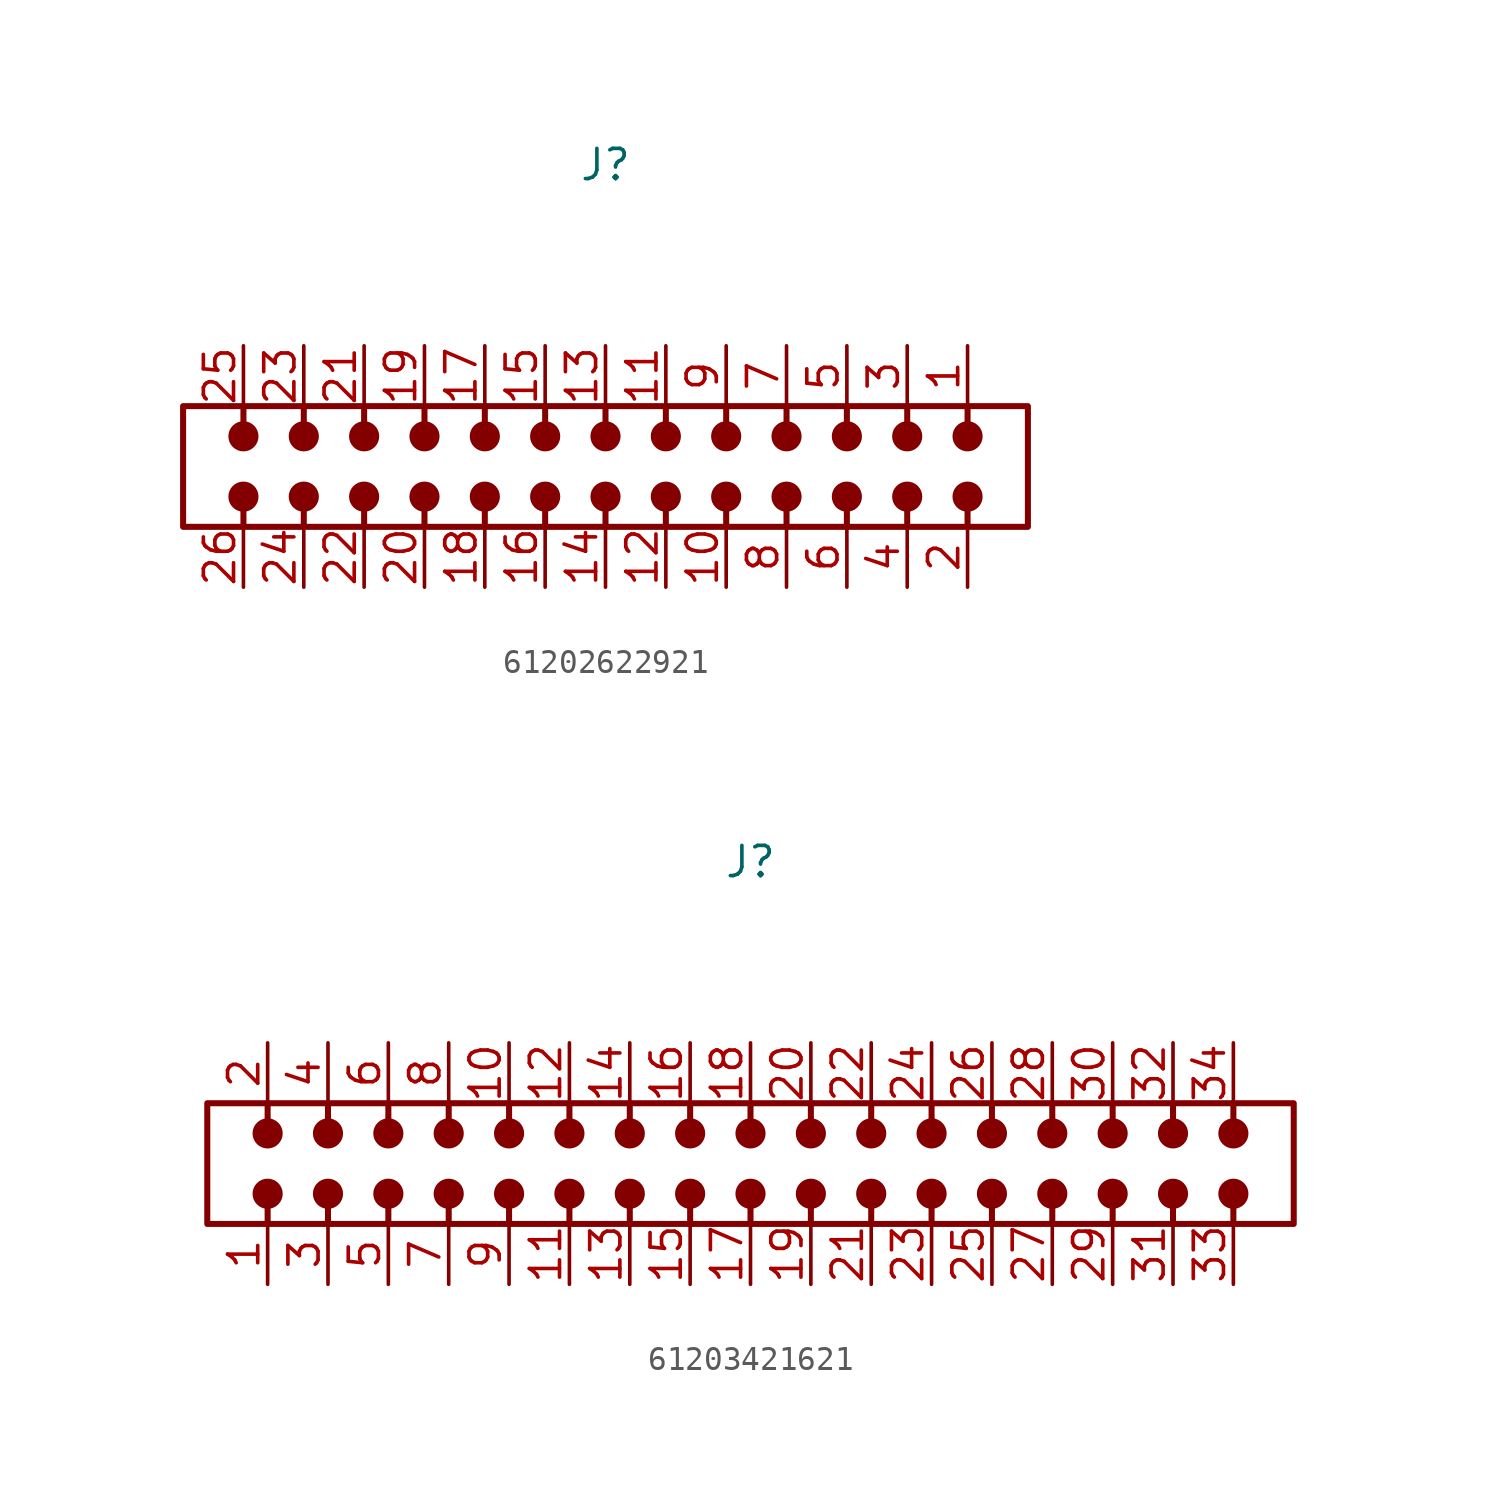
<source format=kicad_sym>
(kicad_symbol_lib
  (version 20241209)
  (generator "kicad_symbol_editor")
  (generator_version "9.0")
  (symbol "61202622921"
    (pin_names
      (hide yes))
    (property "Reference" "J"
      (at 0 12.7 0)
      (effects (font (size 1.27 1.27))))
    (symbol "61202622921_1_1"
      (rectangle (start -17.78 2.54) (end 17.78 -2.54) (stroke (width 0.254) (type solid)) (fill (type none)))
      (polyline (pts (xy -15.24 1.778) (xy -15.24 2.54)) (stroke (width 0.254) (type solid)) (fill (type none)))
      (circle (center -15.24 1.27) (radius 0.508) (stroke (width 0.254) (type solid)) (fill (type outline)))
      (circle (center -15.24 -1.27) (radius 0.508) (stroke (width 0.254) (type solid)) (fill (type outline)))
      (polyline (pts (xy -15.24 -1.778) (xy -15.24 -2.54)) (stroke (width 0.254) (type solid)) (fill (type none)))
      (polyline (pts (xy -12.7 1.778) (xy -12.7 2.54)) (stroke (width 0.254) (type solid)) (fill (type none)))
      (circle (center -12.7 1.27) (radius 0.508) (stroke (width 0.254) (type solid)) (fill (type outline)))
      (circle (center -12.7 -1.27) (radius 0.508) (stroke (width 0.254) (type solid)) (fill (type outline)))
      (polyline (pts (xy -12.7 -1.778) (xy -12.7 -2.54)) (stroke (width 0.254) (type solid)) (fill (type none)))
      (polyline (pts (xy -10.16 1.778) (xy -10.16 2.54)) (stroke (width 0.254) (type solid)) (fill (type none)))
      (circle (center -10.16 1.27) (radius 0.508) (stroke (width 0.254) (type solid)) (fill (type outline)))
      (circle (center -10.16 -1.27) (radius 0.508) (stroke (width 0.254) (type solid)) (fill (type outline)))
      (polyline (pts (xy -10.16 -1.778) (xy -10.16 -2.54)) (stroke (width 0.254) (type solid)) (fill (type none)))
      (polyline (pts (xy -7.62 1.778) (xy -7.62 2.54)) (stroke (width 0.254) (type solid)) (fill (type none)))
      (circle (center -7.62 1.27) (radius 0.508) (stroke (width 0.254) (type solid)) (fill (type outline)))
      (circle (center -7.62 -1.27) (radius 0.508) (stroke (width 0.254) (type solid)) (fill (type outline)))
      (polyline (pts (xy -7.62 -1.778) (xy -7.62 -2.54)) (stroke (width 0.254) (type solid)) (fill (type none)))
      (polyline (pts (xy -5.08 1.778) (xy -5.08 2.54)) (stroke (width 0.254) (type solid)) (fill (type none)))
      (circle (center -5.08 1.27) (radius 0.508) (stroke (width 0.254) (type solid)) (fill (type outline)))
      (circle (center -5.08 -1.27) (radius 0.508) (stroke (width 0.254) (type solid)) (fill (type outline)))
      (polyline (pts (xy -5.08 -1.778) (xy -5.08 -2.54)) (stroke (width 0.254) (type solid)) (fill (type none)))
      (polyline (pts (xy -2.54 1.778) (xy -2.54 2.54)) (stroke (width 0.254) (type solid)) (fill (type none)))
      (circle (center -2.54 1.27) (radius 0.508) (stroke (width 0.254) (type solid)) (fill (type outline)))
      (circle (center -2.54 -1.27) (radius 0.508) (stroke (width 0.254) (type solid)) (fill (type outline)))
      (polyline (pts (xy -2.54 -1.778) (xy -2.54 -2.54)) (stroke (width 0.254) (type solid)) (fill (type none)))
      (polyline (pts (xy 0 1.778) (xy 0 2.54)) (stroke (width 0.254) (type solid)) (fill (type none)))
      (circle (center 0 1.27) (radius 0.508) (stroke (width 0.254) (type solid)) (fill (type outline)))
      (circle (center 0 -1.27) (radius 0.508) (stroke (width 0.254) (type solid)) (fill (type outline)))
      (polyline (pts (xy 0 -1.778) (xy 0 -2.54)) (stroke (width 0.254) (type solid)) (fill (type none)))
      (polyline (pts (xy 2.54 1.778) (xy 2.54 2.54)) (stroke (width 0.254) (type solid)) (fill (type none)))
      (circle (center 2.54 1.27) (radius 0.508) (stroke (width 0.254) (type solid)) (fill (type outline)))
      (circle (center 2.54 -1.27) (radius 0.508) (stroke (width 0.254) (type solid)) (fill (type outline)))
      (polyline (pts (xy 2.54 -1.778) (xy 2.54 -2.54)) (stroke (width 0.254) (type solid)) (fill (type none)))
      (polyline (pts (xy 5.08 1.778) (xy 5.08 2.54)) (stroke (width 0.254) (type solid)) (fill (type none)))
      (circle (center 5.08 1.27) (radius 0.508) (stroke (width 0.254) (type solid)) (fill (type outline)))
      (circle (center 5.08 -1.27) (radius 0.508) (stroke (width 0.254) (type solid)) (fill (type outline)))
      (polyline (pts (xy 5.08 -1.778) (xy 5.08 -2.54)) (stroke (width 0.254) (type solid)) (fill (type none)))
      (polyline (pts (xy 7.62 1.778) (xy 7.62 2.54)) (stroke (width 0.254) (type solid)) (fill (type none)))
      (circle (center 7.62 1.27) (radius 0.508) (stroke (width 0.254) (type solid)) (fill (type outline)))
      (circle (center 7.62 -1.27) (radius 0.508) (stroke (width 0.254) (type solid)) (fill (type outline)))
      (polyline (pts (xy 7.62 -1.778) (xy 7.62 -2.54)) (stroke (width 0.254) (type solid)) (fill (type none)))
      (polyline (pts (xy 10.16 1.778) (xy 10.16 2.54)) (stroke (width 0.254) (type solid)) (fill (type none)))
      (circle (center 10.16 1.27) (radius 0.508) (stroke (width 0.254) (type solid)) (fill (type outline)))
      (circle (center 10.16 -1.27) (radius 0.508) (stroke (width 0.254) (type solid)) (fill (type outline)))
      (polyline (pts (xy 10.16 -1.778) (xy 10.16 -2.54)) (stroke (width 0.254) (type solid)) (fill (type none)))
      (polyline (pts (xy 12.7 1.778) (xy 12.7 2.54)) (stroke (width 0.254) (type solid)) (fill (type none)))
      (circle (center 12.7 1.27) (radius 0.508) (stroke (width 0.254) (type solid)) (fill (type outline)))
      (circle (center 12.7 -1.27) (radius 0.508) (stroke (width 0.254) (type solid)) (fill (type outline)))
      (polyline (pts (xy 12.7 -1.778) (xy 12.7 -2.54)) (stroke (width 0.254) (type solid)) (fill (type none)))
      (polyline (pts (xy 15.24 1.778) (xy 15.24 2.54)) (stroke (width 0.254) (type solid)) (fill (type none)))
      (circle (center 15.24 1.27) (radius 0.508) (stroke (width 0.254) (type solid)) (fill (type outline)))
      (circle (center 15.24 -1.27) (radius 0.508) (stroke (width 0.254) (type solid)) (fill (type outline)))
      (polyline (pts (xy 15.24 -1.778) (xy 15.24 -2.54)) (stroke (width 0.254) (type solid)) (fill (type none)))
      (pin passive line (at -15.24 5.08 270) (length 2.54) (name "25" (effects (font (size 1.27 1.27)))) (number "25" (effects (font (size 1.27 1.27)))))
      (pin passive line (at -15.24 -5.08 90) (length 2.54) (name "26" (effects (font (size 1.27 1.27)))) (number "26" (effects (font (size 1.27 1.27)))))
      (pin passive line (at -12.7 5.08 270) (length 2.54) (name "23" (effects (font (size 1.27 1.27)))) (number "23" (effects (font (size 1.27 1.27)))))
      (pin passive line (at -12.7 -5.08 90) (length 2.54) (name "24" (effects (font (size 1.27 1.27)))) (number "24" (effects (font (size 1.27 1.27)))))
      (pin passive line (at -10.16 5.08 270) (length 2.54) (name "21" (effects (font (size 1.27 1.27)))) (number "21" (effects (font (size 1.27 1.27)))))
      (pin passive line (at -10.16 -5.08 90) (length 2.54) (name "22" (effects (font (size 1.27 1.27)))) (number "22" (effects (font (size 1.27 1.27)))))
      (pin passive line (at -7.62 5.08 270) (length 2.54) (name "19" (effects (font (size 1.27 1.27)))) (number "19" (effects (font (size 1.27 1.27)))))
      (pin passive line (at -7.62 -5.08 90) (length 2.54) (name "20" (effects (font (size 1.27 1.27)))) (number "20" (effects (font (size 1.27 1.27)))))
      (pin passive line (at -5.08 5.08 270) (length 2.54) (name "17" (effects (font (size 1.27 1.27)))) (number "17" (effects (font (size 1.27 1.27)))))
      (pin passive line (at -5.08 -5.08 90) (length 2.54) (name "18" (effects (font (size 1.27 1.27)))) (number "18" (effects (font (size 1.27 1.27)))))
      (pin passive line (at -2.54 5.08 270) (length 2.54) (name "15" (effects (font (size 1.27 1.27)))) (number "15" (effects (font (size 1.27 1.27)))))
      (pin passive line (at -2.54 -5.08 90) (length 2.54) (name "16" (effects (font (size 1.27 1.27)))) (number "16" (effects (font (size 1.27 1.27)))))
      (pin passive line (at 0 5.08 270) (length 2.54) (name "13" (effects (font (size 1.27 1.27)))) (number "13" (effects (font (size 1.27 1.27)))))
      (pin passive line (at 0 -5.08 90) (length 2.54) (name "14" (effects (font (size 1.27 1.27)))) (number "14" (effects (font (size 1.27 1.27)))))
      (pin passive line (at 2.54 5.08 270) (length 2.54) (name "11" (effects (font (size 1.27 1.27)))) (number "11" (effects (font (size 1.27 1.27)))))
      (pin passive line (at 2.54 -5.08 90) (length 2.54) (name "12" (effects (font (size 1.27 1.27)))) (number "12" (effects (font (size 1.27 1.27)))))
      (pin passive line (at 5.08 5.08 270) (length 2.54) (name "9" (effects (font (size 1.27 1.27)))) (number "9" (effects (font (size 1.27 1.27)))))
      (pin passive line (at 5.08 -5.08 90) (length 2.54) (name "10" (effects (font (size 1.27 1.27)))) (number "10" (effects (font (size 1.27 1.27)))))
      (pin passive line (at 7.62 5.08 270) (length 2.54) (name "7" (effects (font (size 1.27 1.27)))) (number "7" (effects (font (size 1.27 1.27)))))
      (pin passive line (at 7.62 -5.08 90) (length 2.54) (name "8" (effects (font (size 1.27 1.27)))) (number "8" (effects (font (size 1.27 1.27)))))
      (pin passive line (at 10.16 5.08 270) (length 2.54) (name "5" (effects (font (size 1.27 1.27)))) (number "5" (effects (font (size 1.27 1.27)))))
      (pin passive line (at 10.16 -5.08 90) (length 2.54) (name "6" (effects (font (size 1.27 1.27)))) (number "6" (effects (font (size 1.27 1.27)))))
      (pin passive line (at 12.7 5.08 270) (length 2.54) (name "3" (effects (font (size 1.27 1.27)))) (number "3" (effects (font (size 1.27 1.27)))))
      (pin passive line (at 12.7 -5.08 90) (length 2.54) (name "4" (effects (font (size 1.27 1.27)))) (number "4" (effects (font (size 1.27 1.27)))))
      (pin passive line (at 15.24 5.08 270) (length 2.54) (name "1" (effects (font (size 1.27 1.27)))) (number "1" (effects (font (size 1.27 1.27)))))
      (pin passive line (at 15.24 -5.08 90) (length 2.54) (name "2" (effects (font (size 1.27 1.27)))) (number "2" (effects (font (size 1.27 1.27)))))))
  (symbol "61203421621"
    (pin_names
      (hide yes))
    (property "Reference" "J"
      (at 0 12.7 0)
      (effects (font (size 1.27 1.27))))
    (symbol "61203421621_1_1"
      (rectangle (start -22.86 2.54) (end 22.86 -2.54) (stroke (width 0.254) (type solid)) (fill (type none)))
      (polyline (pts (xy -20.32 1.778) (xy -20.32 2.54)) (stroke (width 0.254) (type solid)) (fill (type none)))
      (circle (center -20.32 1.27) (radius 0.508) (stroke (width 0.254) (type solid)) (fill (type outline)))
      (circle (center -20.32 -1.27) (radius 0.508) (stroke (width 0.254) (type solid)) (fill (type outline)))
      (polyline (pts (xy -20.32 -1.778) (xy -20.32 -2.54)) (stroke (width 0.254) (type solid)) (fill (type none)))
      (polyline (pts (xy -17.78 1.778) (xy -17.78 2.54)) (stroke (width 0.254) (type solid)) (fill (type none)))
      (circle (center -17.78 1.27) (radius 0.508) (stroke (width 0.254) (type solid)) (fill (type outline)))
      (circle (center -17.78 -1.27) (radius 0.508) (stroke (width 0.254) (type solid)) (fill (type outline)))
      (polyline (pts (xy -17.78 -1.778) (xy -17.78 -2.54)) (stroke (width 0.254) (type solid)) (fill (type none)))
      (polyline (pts (xy -15.24 1.778) (xy -15.24 2.54)) (stroke (width 0.254) (type solid)) (fill (type none)))
      (circle (center -15.24 1.27) (radius 0.508) (stroke (width 0.254) (type solid)) (fill (type outline)))
      (circle (center -15.24 -1.27) (radius 0.508) (stroke (width 0.254) (type solid)) (fill (type outline)))
      (polyline (pts (xy -15.24 -1.778) (xy -15.24 -2.54)) (stroke (width 0.254) (type solid)) (fill (type none)))
      (polyline (pts (xy -12.7 1.778) (xy -12.7 2.54)) (stroke (width 0.254) (type solid)) (fill (type none)))
      (circle (center -12.7 1.27) (radius 0.508) (stroke (width 0.254) (type solid)) (fill (type outline)))
      (circle (center -12.7 -1.27) (radius 0.508) (stroke (width 0.254) (type solid)) (fill (type outline)))
      (polyline (pts (xy -12.7 -1.778) (xy -12.7 -2.54)) (stroke (width 0.254) (type solid)) (fill (type none)))
      (polyline (pts (xy -10.16 1.778) (xy -10.16 2.54)) (stroke (width 0.254) (type solid)) (fill (type none)))
      (circle (center -10.16 1.27) (radius 0.508) (stroke (width 0.254) (type solid)) (fill (type outline)))
      (circle (center -10.16 -1.27) (radius 0.508) (stroke (width 0.254) (type solid)) (fill (type outline)))
      (polyline (pts (xy -10.16 -1.778) (xy -10.16 -2.54)) (stroke (width 0.254) (type solid)) (fill (type none)))
      (polyline (pts (xy -7.62 1.778) (xy -7.62 2.54)) (stroke (width 0.254) (type solid)) (fill (type none)))
      (circle (center -7.62 1.27) (radius 0.508) (stroke (width 0.254) (type solid)) (fill (type outline)))
      (circle (center -7.62 -1.27) (radius 0.508) (stroke (width 0.254) (type solid)) (fill (type outline)))
      (polyline (pts (xy -7.62 -1.778) (xy -7.62 -2.54)) (stroke (width 0.254) (type solid)) (fill (type none)))
      (polyline (pts (xy -5.08 1.778) (xy -5.08 2.54)) (stroke (width 0.254) (type solid)) (fill (type none)))
      (circle (center -5.08 1.27) (radius 0.508) (stroke (width 0.254) (type solid)) (fill (type outline)))
      (circle (center -5.08 -1.27) (radius 0.508) (stroke (width 0.254) (type solid)) (fill (type outline)))
      (polyline (pts (xy -5.08 -1.778) (xy -5.08 -2.54)) (stroke (width 0.254) (type solid)) (fill (type none)))
      (polyline (pts (xy -2.54 1.778) (xy -2.54 2.54)) (stroke (width 0.254) (type solid)) (fill (type none)))
      (circle (center -2.54 1.27) (radius 0.508) (stroke (width 0.254) (type solid)) (fill (type outline)))
      (circle (center -2.54 -1.27) (radius 0.508) (stroke (width 0.254) (type solid)) (fill (type outline)))
      (polyline (pts (xy -2.54 -1.778) (xy -2.54 -2.54)) (stroke (width 0.254) (type solid)) (fill (type none)))
      (polyline (pts (xy 0 1.778) (xy 0 2.54)) (stroke (width 0.254) (type solid)) (fill (type none)))
      (circle (center 0 1.27) (radius 0.508) (stroke (width 0.254) (type solid)) (fill (type outline)))
      (circle (center 0 -1.27) (radius 0.508) (stroke (width 0.254) (type solid)) (fill (type outline)))
      (polyline (pts (xy 0 -1.778) (xy 0 -2.54)) (stroke (width 0.254) (type solid)) (fill (type none)))
      (polyline (pts (xy 2.54 1.778) (xy 2.54 2.54)) (stroke (width 0.254) (type solid)) (fill (type none)))
      (circle (center 2.54 1.27) (radius 0.508) (stroke (width 0.254) (type solid)) (fill (type outline)))
      (circle (center 2.54 -1.27) (radius 0.508) (stroke (width 0.254) (type solid)) (fill (type outline)))
      (polyline (pts (xy 2.54 -1.778) (xy 2.54 -2.54)) (stroke (width 0.254) (type solid)) (fill (type none)))
      (polyline (pts (xy 5.08 1.778) (xy 5.08 2.54)) (stroke (width 0.254) (type solid)) (fill (type none)))
      (circle (center 5.08 1.27) (radius 0.508) (stroke (width 0.254) (type solid)) (fill (type outline)))
      (circle (center 5.08 -1.27) (radius 0.508) (stroke (width 0.254) (type solid)) (fill (type outline)))
      (polyline (pts (xy 5.08 -1.778) (xy 5.08 -2.54)) (stroke (width 0.254) (type solid)) (fill (type none)))
      (polyline (pts (xy 7.62 1.778) (xy 7.62 2.54)) (stroke (width 0.254) (type solid)) (fill (type none)))
      (circle (center 7.62 1.27) (radius 0.508) (stroke (width 0.254) (type solid)) (fill (type outline)))
      (circle (center 7.62 -1.27) (radius 0.508) (stroke (width 0.254) (type solid)) (fill (type outline)))
      (polyline (pts (xy 7.62 -1.778) (xy 7.62 -2.54)) (stroke (width 0.254) (type solid)) (fill (type none)))
      (polyline (pts (xy 10.16 1.778) (xy 10.16 2.54)) (stroke (width 0.254) (type solid)) (fill (type none)))
      (circle (center 10.16 1.27) (radius 0.508) (stroke (width 0.254) (type solid)) (fill (type outline)))
      (circle (center 10.16 -1.27) (radius 0.508) (stroke (width 0.254) (type solid)) (fill (type outline)))
      (polyline (pts (xy 10.16 -1.778) (xy 10.16 -2.54)) (stroke (width 0.254) (type solid)) (fill (type none)))
      (polyline (pts (xy 12.7 1.778) (xy 12.7 2.54)) (stroke (width 0.254) (type solid)) (fill (type none)))
      (circle (center 12.7 1.27) (radius 0.508) (stroke (width 0.254) (type solid)) (fill (type outline)))
      (circle (center 12.7 -1.27) (radius 0.508) (stroke (width 0.254) (type solid)) (fill (type outline)))
      (polyline (pts (xy 12.7 -1.778) (xy 12.7 -2.54)) (stroke (width 0.254) (type solid)) (fill (type none)))
      (polyline (pts (xy 15.24 1.778) (xy 15.24 2.54)) (stroke (width 0.254) (type solid)) (fill (type none)))
      (circle (center 15.24 1.27) (radius 0.508) (stroke (width 0.254) (type solid)) (fill (type outline)))
      (circle (center 15.24 -1.27) (radius 0.508) (stroke (width 0.254) (type solid)) (fill (type outline)))
      (polyline (pts (xy 15.24 -1.778) (xy 15.24 -2.54)) (stroke (width 0.254) (type solid)) (fill (type none)))
      (polyline (pts (xy 17.78 1.778) (xy 17.78 2.54)) (stroke (width 0.254) (type solid)) (fill (type none)))
      (circle (center 17.78 1.27) (radius 0.508) (stroke (width 0.254) (type solid)) (fill (type outline)))
      (circle (center 17.78 -1.27) (radius 0.508) (stroke (width 0.254) (type solid)) (fill (type outline)))
      (polyline (pts (xy 17.78 -1.778) (xy 17.78 -2.54)) (stroke (width 0.254) (type solid)) (fill (type none)))
      (polyline (pts (xy 20.32 1.778) (xy 20.32 2.54)) (stroke (width 0.254) (type solid)) (fill (type none)))
      (circle (center 20.32 1.27) (radius 0.508) (stroke (width 0.254) (type solid)) (fill (type outline)))
      (circle (center 20.32 -1.27) (radius 0.508) (stroke (width 0.254) (type solid)) (fill (type outline)))
      (polyline (pts (xy 20.32 -1.778) (xy 20.32 -2.54)) (stroke (width 0.254) (type solid)) (fill (type none)))
      (pin passive line (at -20.32 5.08 270) (length 2.54) (name "2" (effects (font (size 1.27 1.27)))) (number "2" (effects (font (size 1.27 1.27)))))
      (pin passive line (at -20.32 -5.08 90) (length 2.54) (name "1" (effects (font (size 1.27 1.27)))) (number "1" (effects (font (size 1.27 1.27)))))
      (pin passive line (at -17.78 5.08 270) (length 2.54) (name "4" (effects (font (size 1.27 1.27)))) (number "4" (effects (font (size 1.27 1.27)))))
      (pin passive line (at -17.78 -5.08 90) (length 2.54) (name "3" (effects (font (size 1.27 1.27)))) (number "3" (effects (font (size 1.27 1.27)))))
      (pin passive line (at -15.24 5.08 270) (length 2.54) (name "6" (effects (font (size 1.27 1.27)))) (number "6" (effects (font (size 1.27 1.27)))))
      (pin passive line (at -15.24 -5.08 90) (length 2.54) (name "5" (effects (font (size 1.27 1.27)))) (number "5" (effects (font (size 1.27 1.27)))))
      (pin passive line (at -12.7 5.08 270) (length 2.54) (name "8" (effects (font (size 1.27 1.27)))) (number "8" (effects (font (size 1.27 1.27)))))
      (pin passive line (at -12.7 -5.08 90) (length 2.54) (name "7" (effects (font (size 1.27 1.27)))) (number "7" (effects (font (size 1.27 1.27)))))
      (pin passive line (at -10.16 5.08 270) (length 2.54) (name "10" (effects (font (size 1.27 1.27)))) (number "10" (effects (font (size 1.27 1.27)))))
      (pin passive line (at -10.16 -5.08 90) (length 2.54) (name "9" (effects (font (size 1.27 1.27)))) (number "9" (effects (font (size 1.27 1.27)))))
      (pin passive line (at -7.62 5.08 270) (length 2.54) (name "12" (effects (font (size 1.27 1.27)))) (number "12" (effects (font (size 1.27 1.27)))))
      (pin passive line (at -7.62 -5.08 90) (length 2.54) (name "11" (effects (font (size 1.27 1.27)))) (number "11" (effects (font (size 1.27 1.27)))))
      (pin passive line (at -5.08 5.08 270) (length 2.54) (name "14" (effects (font (size 1.27 1.27)))) (number "14" (effects (font (size 1.27 1.27)))))
      (pin passive line (at -5.08 -5.08 90) (length 2.54) (name "13" (effects (font (size 1.27 1.27)))) (number "13" (effects (font (size 1.27 1.27)))))
      (pin passive line (at -2.54 5.08 270) (length 2.54) (name "16" (effects (font (size 1.27 1.27)))) (number "16" (effects (font (size 1.27 1.27)))))
      (pin passive line (at -2.54 -5.08 90) (length 2.54) (name "15" (effects (font (size 1.27 1.27)))) (number "15" (effects (font (size 1.27 1.27)))))
      (pin passive line (at 0 5.08 270) (length 2.54) (name "18" (effects (font (size 1.27 1.27)))) (number "18" (effects (font (size 1.27 1.27)))))
      (pin passive line (at 0 -5.08 90) (length 2.54) (name "17" (effects (font (size 1.27 1.27)))) (number "17" (effects (font (size 1.27 1.27)))))
      (pin passive line (at 2.54 5.08 270) (length 2.54) (name "20" (effects (font (size 1.27 1.27)))) (number "20" (effects (font (size 1.27 1.27)))))
      (pin passive line (at 2.54 -5.08 90) (length 2.54) (name "19" (effects (font (size 1.27 1.27)))) (number "19" (effects (font (size 1.27 1.27)))))
      (pin passive line (at 5.08 5.08 270) (length 2.54) (name "22" (effects (font (size 1.27 1.27)))) (number "22" (effects (font (size 1.27 1.27)))))
      (pin passive line (at 5.08 -5.08 90) (length 2.54) (name "21" (effects (font (size 1.27 1.27)))) (number "21" (effects (font (size 1.27 1.27)))))
      (pin passive line (at 7.62 5.08 270) (length 2.54) (name "24" (effects (font (size 1.27 1.27)))) (number "24" (effects (font (size 1.27 1.27)))))
      (pin passive line (at 7.62 -5.08 90) (length 2.54) (name "23" (effects (font (size 1.27 1.27)))) (number "23" (effects (font (size 1.27 1.27)))))
      (pin passive line (at 10.16 5.08 270) (length 2.54) (name "26" (effects (font (size 1.27 1.27)))) (number "26" (effects (font (size 1.27 1.27)))))
      (pin passive line (at 10.16 -5.08 90) (length 2.54) (name "25" (effects (font (size 1.27 1.27)))) (number "25" (effects (font (size 1.27 1.27)))))
      (pin passive line (at 12.7 5.08 270) (length 2.54) (name "28" (effects (font (size 1.27 1.27)))) (number "28" (effects (font (size 1.27 1.27)))))
      (pin passive line (at 12.7 -5.08 90) (length 2.54) (name "27" (effects (font (size 1.27 1.27)))) (number "27" (effects (font (size 1.27 1.27)))))
      (pin passive line (at 15.24 5.08 270) (length 2.54) (name "30" (effects (font (size 1.27 1.27)))) (number "30" (effects (font (size 1.27 1.27)))))
      (pin passive line (at 15.24 -5.08 90) (length 2.54) (name "29" (effects (font (size 1.27 1.27)))) (number "29" (effects (font (size 1.27 1.27)))))
      (pin passive line (at 17.78 5.08 270) (length 2.54) (name "32" (effects (font (size 1.27 1.27)))) (number "32" (effects (font (size 1.27 1.27)))))
      (pin passive line (at 17.78 -5.08 90) (length 2.54) (name "31" (effects (font (size 1.27 1.27)))) (number "31" (effects (font (size 1.27 1.27)))))
      (pin passive line (at 20.32 5.08 270) (length 2.54) (name "34" (effects (font (size 1.27 1.27)))) (number "34" (effects (font (size 1.27 1.27)))))
      (pin passive line (at 20.32 -5.08 90) (length 2.54) (name "33" (effects (font (size 1.27 1.27)))) (number "33" (effects (font (size 1.27 1.27))))))))
</source>
